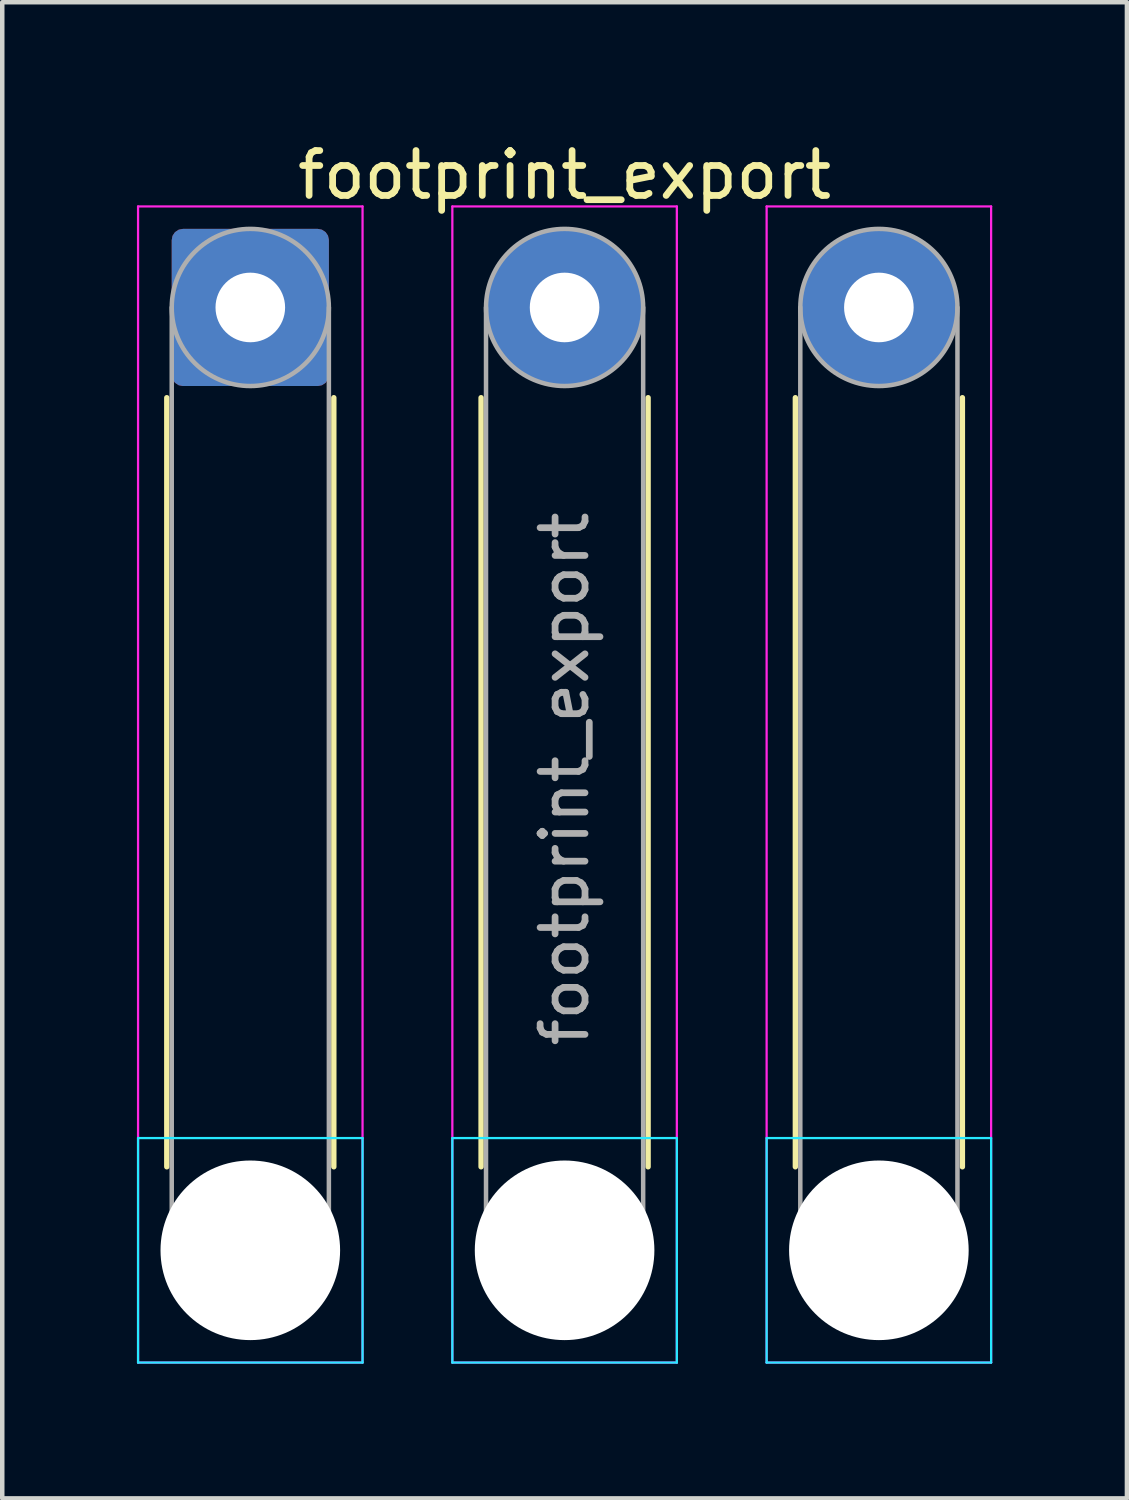
<source format=kicad_pcb>
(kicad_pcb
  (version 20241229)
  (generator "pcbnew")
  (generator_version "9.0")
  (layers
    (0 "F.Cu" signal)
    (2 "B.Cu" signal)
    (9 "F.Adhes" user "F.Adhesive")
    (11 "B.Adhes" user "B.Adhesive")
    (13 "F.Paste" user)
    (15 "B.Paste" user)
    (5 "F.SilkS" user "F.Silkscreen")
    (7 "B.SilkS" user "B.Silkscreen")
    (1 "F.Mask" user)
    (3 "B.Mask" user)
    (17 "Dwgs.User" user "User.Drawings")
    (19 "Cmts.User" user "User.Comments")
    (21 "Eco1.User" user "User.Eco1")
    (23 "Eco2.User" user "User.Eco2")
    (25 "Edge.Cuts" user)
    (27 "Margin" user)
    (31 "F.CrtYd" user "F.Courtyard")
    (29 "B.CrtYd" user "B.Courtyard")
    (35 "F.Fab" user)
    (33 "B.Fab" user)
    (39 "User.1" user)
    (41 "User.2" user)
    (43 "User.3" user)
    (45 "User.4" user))
  (footprint "footprint_export"
    (layer "F.Cu")
    (at 2.525 3.798)
    (property "Reference" "footprint_export" (at 7 -2.95 0) (layer "F.SilkS") (effects (font (size 1 1) (thickness 0.15))))
    (attr exclude_from_pos_files exclude_from_bom)
    (fp_line (start -1.86 2.01) (end -1.86 19.14) (stroke (width 0.12) (type solid)) (layer "F.SilkS"))
    (fp_line (start 1.86 2.01) (end 1.86 19.14) (stroke (width 0.12) (type solid)) (layer "F.SilkS"))
    (fp_line (start 5.14 2.01) (end 5.14 19.14) (stroke (width 0.12) (type solid)) (layer "F.SilkS"))
    (fp_line (start 8.86 2.01) (end 8.86 19.14) (stroke (width 0.12) (type solid)) (layer "F.SilkS"))
    (fp_line (start 12.14 2.01) (end 12.14 19.14) (stroke (width 0.12) (type solid)) (layer "F.SilkS"))
    (fp_line (start 15.86 2.01) (end 15.86 19.14) (stroke (width 0.12) (type solid)) (layer "F.SilkS"))
    (fp_line (start -2.5 18.5) (end -2.5 23.5) (stroke (width 0.05) (type solid)) (layer "B.CrtYd"))
    (fp_line (start -2.5 23.5) (end 2.5 23.5) (stroke (width 0.05) (type solid)) (layer "B.CrtYd"))
    (fp_line (start 2.5 18.5) (end -2.5 18.5) (stroke (width 0.05) (type solid)) (layer "B.CrtYd"))
    (fp_line (start 2.5 23.5) (end 2.5 18.5) (stroke (width 0.05) (type solid)) (layer "B.CrtYd"))
    (fp_line (start 4.5 18.5) (end 4.5 23.5) (stroke (width 0.05) (type solid)) (layer "B.CrtYd"))
    (fp_line (start 4.5 23.5) (end 9.5 23.5) (stroke (width 0.05) (type solid)) (layer "B.CrtYd"))
    (fp_line (start 9.5 18.5) (end 4.5 18.5) (stroke (width 0.05) (type solid)) (layer "B.CrtYd"))
    (fp_line (start 9.5 23.5) (end 9.5 18.5) (stroke (width 0.05) (type solid)) (layer "B.CrtYd"))
    (fp_line (start 11.5 18.5) (end 11.5 23.5) (stroke (width 0.05) (type solid)) (layer "B.CrtYd"))
    (fp_line (start 11.5 23.5) (end 16.5 23.5) (stroke (width 0.05) (type solid)) (layer "B.CrtYd"))
    (fp_line (start 16.5 18.5) (end 11.5 18.5) (stroke (width 0.05) (type solid)) (layer "B.CrtYd"))
    (fp_line (start 16.5 23.5) (end 16.5 18.5) (stroke (width 0.05) (type solid)) (layer "B.CrtYd"))
    (fp_line (start -2.5 -2.25) (end -2.5 23.5) (stroke (width 0.05) (type solid)) (layer "F.CrtYd"))
    (fp_line (start -2.5 23.5) (end 2.5 23.5) (stroke (width 0.05) (type solid)) (layer "F.CrtYd"))
    (fp_line (start 2.5 -2.25) (end -2.5 -2.25) (stroke (width 0.05) (type solid)) (layer "F.CrtYd"))
    (fp_line (start 2.5 23.5) (end 2.5 -2.25) (stroke (width 0.05) (type solid)) (layer "F.CrtYd"))
    (fp_line (start 4.5 -2.25) (end 4.5 23.5) (stroke (width 0.05) (type solid)) (layer "F.CrtYd"))
    (fp_line (start 4.5 23.5) (end 9.5 23.5) (stroke (width 0.05) (type solid)) (layer "F.CrtYd"))
    (fp_line (start 9.5 -2.25) (end 4.5 -2.25) (stroke (width 0.05) (type solid)) (layer "F.CrtYd"))
    (fp_line (start 9.5 23.5) (end 9.5 -2.25) (stroke (width 0.05) (type solid)) (layer "F.CrtYd"))
    (fp_line (start 11.5 -2.25) (end 11.5 23.5) (stroke (width 0.05) (type solid)) (layer "F.CrtYd"))
    (fp_line (start 11.5 23.5) (end 16.5 23.5) (stroke (width 0.05) (type solid)) (layer "F.CrtYd"))
    (fp_line (start 16.5 -2.25) (end 11.5 -2.25) (stroke (width 0.05) (type solid)) (layer "F.CrtYd"))
    (fp_line (start 16.5 23.5) (end 16.5 -2.25) (stroke (width 0.05) (type solid)) (layer "F.CrtYd"))
    (fp_line (start -1.75 0) (end -1.75 21) (stroke (width 0.1) (type solid)) (layer "F.Fab"))
    (fp_line (start 1.75 0) (end 1.75 21) (stroke (width 0.1) (type solid)) (layer "F.Fab"))
    (fp_line (start 5.25 0) (end 5.25 21) (stroke (width 0.1) (type solid)) (layer "F.Fab"))
    (fp_line (start 8.75 0) (end 8.75 21) (stroke (width 0.1) (type solid)) (layer "F.Fab"))
    (fp_line (start 12.25 0) (end 12.25 21) (stroke (width 0.1) (type solid)) (layer "F.Fab"))
    (fp_line (start 15.75 0) (end 15.75 21) (stroke (width 0.1) (type solid)) (layer "F.Fab"))
    (fp_circle (center 0 0) (end 1.75 0) (stroke (width 0.1) (type solid)) (fill no) (layer "F.Fab"))
    (fp_circle (center 0 21) (end 1.75 21) (stroke (width 0.1) (type solid)) (fill no) (layer "F.Fab"))
    (fp_circle (center 7 0) (end 8.75 0) (stroke (width 0.1) (type solid)) (fill no) (layer "F.Fab"))
    (fp_circle (center 7 21) (end 8.75 21) (stroke (width 0.1) (type solid)) (fill no) (layer "F.Fab"))
    (fp_circle (center 14 0) (end 15.75 0) (stroke (width 0.1) (type solid)) (fill no) (layer "F.Fab"))
    (fp_circle (center 14 21) (end 15.75 21) (stroke (width 0.1) (type solid)) (fill no) (layer "F.Fab"))
    (fp_text user "${REFERENCE}" (at 7 10.5 90) (layer "F.Fab") (effects (font (size 1 1) (thickness 0.15))))
    (pad "" np_thru_hole circle (at 0 21) (size 4 4) (drill 4) (layers "*.Cu" "*.Mask"))
    (pad "" np_thru_hole circle (at 7 21) (size 4 4) (drill 4) (layers "*.Cu" "*.Mask"))
    (pad "" np_thru_hole circle (at 14 21) (size 4 4) (drill 4) (layers "*.Cu" "*.Mask"))
    (pad "1" thru_hole roundrect (at 0 0) (size 3.5 3.5) (drill 1.55) (layers "*.Cu" "*.Mask") (roundrect_rratio 0.071))
    (pad "2" thru_hole circle (at 7 0) (size 3.5 3.5) (drill 1.55) (layers "*.Cu" "*.Mask"))
    (pad "3" thru_hole circle (at 14 0) (size 3.5 3.5) (drill 1.55) (layers "*.Cu" "*.Mask")))
  (gr_rect
    (start -3 -3)
    (end 22.05 30.323)
    (stroke (width 0.1) (type default))
    (fill no)
    (layer "Edge.Cuts")))
</source>
